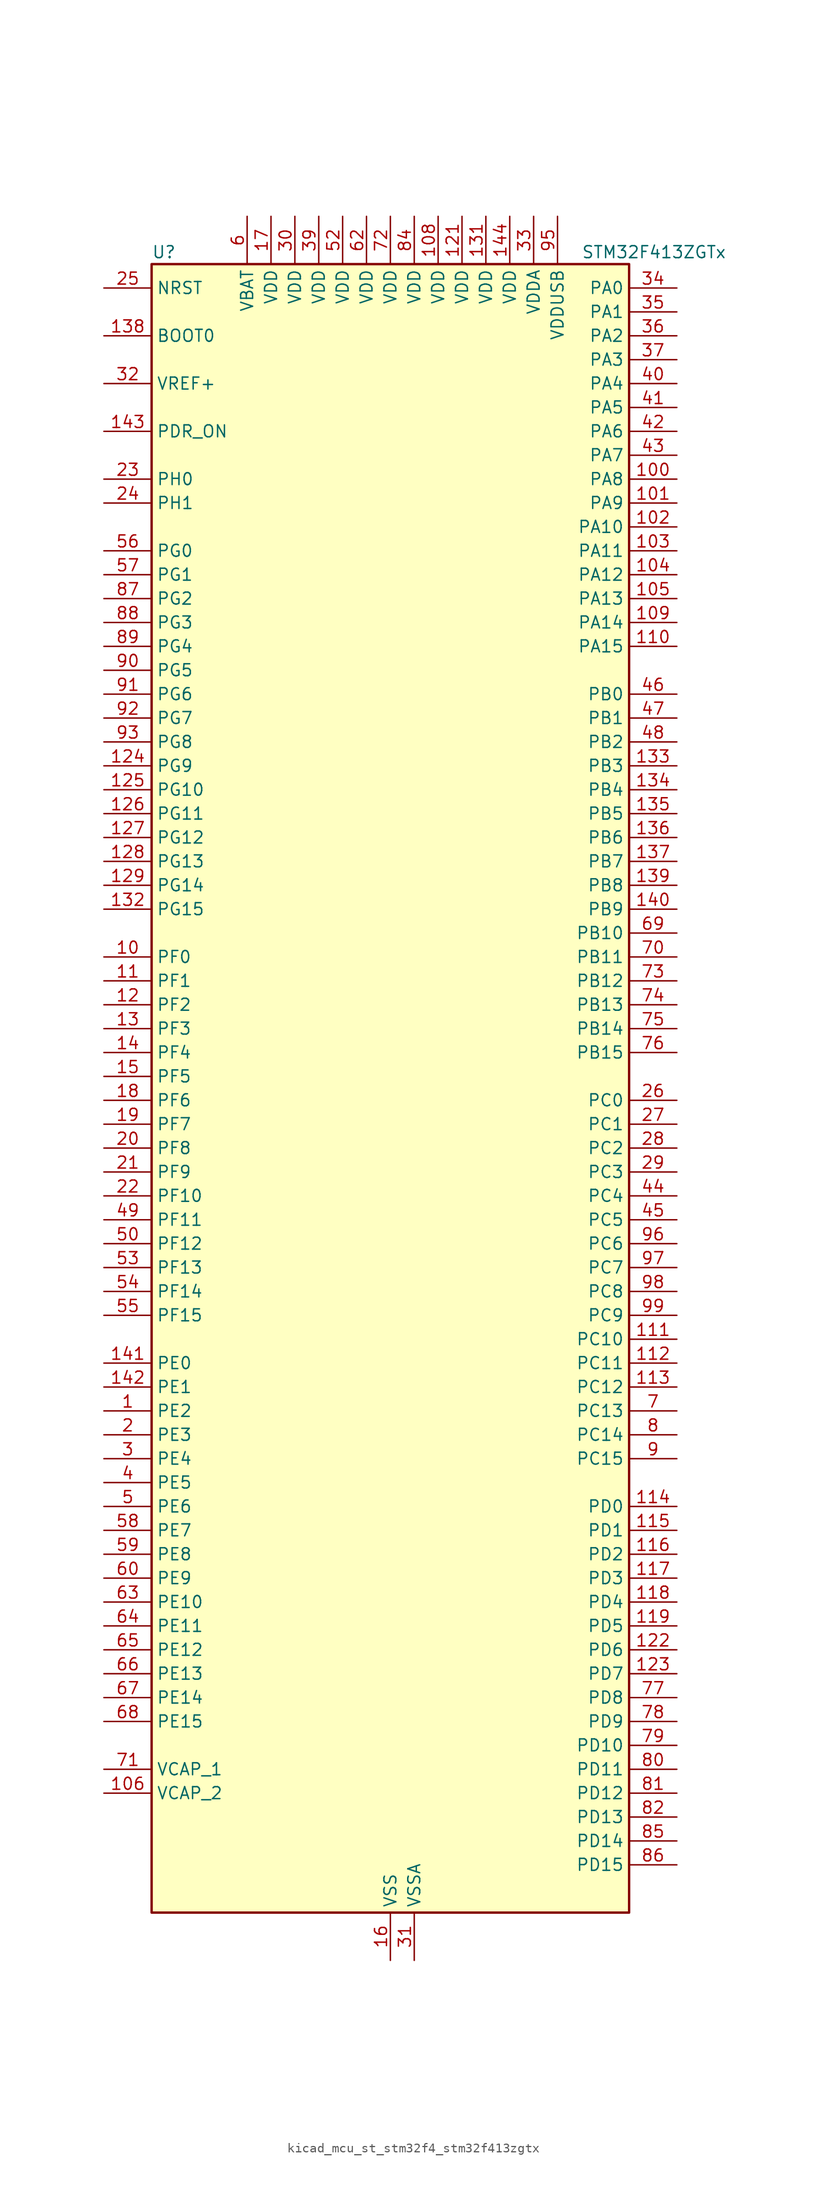
<source format=kicad_sym>
(kicad_symbol_lib
  (version 20220914)
  (generator kicad_symbol_editor)
  (symbol "kicad_mcu_st_stm32f4_stm32f413zgtx"
    (property "Reference" "U"
      (at -25.4 90.17 0)
      (effects (font (size 1.27 1.27)) (justify left)))
    (property "Value" "STM32F413ZGTx"
      (at 20.32 90.17 0)
      (effects (font (size 1.27 1.27)) (justify left)))
    (property "ki_locked" ""
      (at 0 0 0)
      (effects (font (size 1.27 1.27))))
    (symbol "kicad_mcu_st_stm32f4_stm32f413zgtx_0_1"
      (rectangle (start -25.4 -86.36) (end 25.4 88.9) (stroke (width 0.254) (type default)) (fill (type background))))
    (symbol "kicad_mcu_st_stm32f4_stm32f413zgtx_1_1"
      (pin bidirectional line (at -30.48 -33.02 0) (length 5.08) (name "PE2" (effects (font (size 1.27 1.27)))) (number "1" (effects (font (size 1.27 1.27)))) (alternate "FSMC_A23" bidirectional line) (alternate "I2S4_CK" bidirectional line) (alternate "I2S5_CK" bidirectional line) (alternate "QUADSPI_BK1_IO2" bidirectional line) (alternate "SAI1_MCLK_A" bidirectional line) (alternate "SPI4_SCK" bidirectional line) (alternate "SPI5_SCK" bidirectional line) (alternate "SYS_TRACECLK" bidirectional line) (alternate "UART10_RX" bidirectional line))
      (pin bidirectional line (at -30.48 15.24 0) (length 5.08) (name "PF0" (effects (font (size 1.27 1.27)))) (number "10" (effects (font (size 1.27 1.27)))) (alternate "FSMC_A0" bidirectional line) (alternate "I2C2_SDA" bidirectional line))
      (pin bidirectional line (at 30.48 66.04 180) (length 5.08) (name "PA8" (effects (font (size 1.27 1.27)))) (number "100" (effects (font (size 1.27 1.27)))) (alternate "CAN3_RX" bidirectional line) (alternate "DFSDM1_CKOUT" bidirectional line) (alternate "I2C3_SCL" bidirectional line) (alternate "RCC_MCO_1" bidirectional line) (alternate "SDIO_D1" bidirectional line) (alternate "TIM1_CH1" bidirectional line) (alternate "UART7_RX" bidirectional line) (alternate "USART1_CK" bidirectional line) (alternate "USB_OTG_FS_SOF" bidirectional line))
      (pin bidirectional line (at 30.48 63.5 180) (length 5.08) (name "PA9" (effects (font (size 1.27 1.27)))) (number "101" (effects (font (size 1.27 1.27)))) (alternate "DAC_EXTI9" bidirectional line) (alternate "DFSDM2_CKIN3" bidirectional line) (alternate "I2C3_SMBA" bidirectional line) (alternate "I2S2_CK" bidirectional line) (alternate "SDIO_D2" bidirectional line) (alternate "SPI2_SCK" bidirectional line) (alternate "TIM1_CH2" bidirectional line) (alternate "USART1_TX" bidirectional line) (alternate "USB_OTG_FS_VBUS" bidirectional line))
      (pin bidirectional line (at 30.48 60.96 180) (length 5.08) (name "PA10" (effects (font (size 1.27 1.27)))) (number "102" (effects (font (size 1.27 1.27)))) (alternate "DFSDM2_DATIN3" bidirectional line) (alternate "I2S2_SD" bidirectional line) (alternate "I2S5_SD" bidirectional line) (alternate "SPI2_MOSI" bidirectional line) (alternate "SPI5_MOSI" bidirectional line) (alternate "TIM1_CH3" bidirectional line) (alternate "USART1_RX" bidirectional line) (alternate "USB_OTG_FS_ID" bidirectional line))
      (pin bidirectional line (at 30.48 58.42 180) (length 5.08) (name "PA11" (effects (font (size 1.27 1.27)))) (number "103" (effects (font (size 1.27 1.27)))) (alternate "ADC1_EXTI11" bidirectional line) (alternate "CAN1_RX" bidirectional line) (alternate "DFSDM2_CKIN5" bidirectional line) (alternate "I2S2_WS" bidirectional line) (alternate "SPI2_NSS" bidirectional line) (alternate "SPI4_MISO" bidirectional line) (alternate "TIM1_CH4" bidirectional line) (alternate "UART4_RX" bidirectional line) (alternate "USART1_CTS" bidirectional line) (alternate "USART6_TX" bidirectional line) (alternate "USB_OTG_FS_DM" bidirectional line))
      (pin bidirectional line (at 30.48 55.88 180) (length 5.08) (name "PA12" (effects (font (size 1.27 1.27)))) (number "104" (effects (font (size 1.27 1.27)))) (alternate "CAN1_TX" bidirectional line) (alternate "DFSDM2_DATIN5" bidirectional line) (alternate "SPI2_MISO" bidirectional line) (alternate "SPI5_MISO" bidirectional line) (alternate "TIM1_ETR" bidirectional line) (alternate "UART4_TX" bidirectional line) (alternate "USART1_RTS" bidirectional line) (alternate "USART6_RX" bidirectional line) (alternate "USB_OTG_FS_DP" bidirectional line))
      (pin bidirectional line (at 30.48 53.34 180) (length 5.08) (name "PA13" (effects (font (size 1.27 1.27)))) (number "105" (effects (font (size 1.27 1.27)))) (alternate "SYS_JTMS-SWDIO" bidirectional line))
      (pin power_out line (at -30.48 -73.66 0) (length 5.08) (name "VCAP_2" (effects (font (size 1.27 1.27)))) (number "106" (effects (font (size 1.27 1.27)))))
      (pin passive line (at 0 -91.44 90) (length 5.08) hide (name "VSS" (effects (font (size 1.27 1.27)))) (number "107" (effects (font (size 1.27 1.27)))))
      (pin power_in line (at 5.08 93.98 270) (length 5.08) (name "VDD" (effects (font (size 1.27 1.27)))) (number "108" (effects (font (size 1.27 1.27)))))
      (pin bidirectional line (at 30.48 50.8 180) (length 5.08) (name "PA14" (effects (font (size 1.27 1.27)))) (number "109" (effects (font (size 1.27 1.27)))) (alternate "SYS_JTCK-SWCLK" bidirectional line))
      (pin bidirectional line (at -30.48 12.7 0) (length 5.08) (name "PF1" (effects (font (size 1.27 1.27)))) (number "11" (effects (font (size 1.27 1.27)))) (alternate "FSMC_A1" bidirectional line) (alternate "I2C2_SCL" bidirectional line))
      (pin bidirectional line (at 30.48 48.26 180) (length 5.08) (name "PA15" (effects (font (size 1.27 1.27)))) (number "110" (effects (font (size 1.27 1.27)))) (alternate "ADC1_EXTI15" bidirectional line) (alternate "CAN3_TX" bidirectional line) (alternate "I2S1_WS" bidirectional line) (alternate "I2S3_WS" bidirectional line) (alternate "SAI1_MCLK_A" bidirectional line) (alternate "SPI1_NSS" bidirectional line) (alternate "SPI3_NSS" bidirectional line) (alternate "SYS_JTDI" bidirectional line) (alternate "TIM2_CH1" bidirectional line) (alternate "TIM2_ETR" bidirectional line) (alternate "UART7_TX" bidirectional line) (alternate "USART1_TX" bidirectional line))
      (pin bidirectional line (at 30.48 -25.4 180) (length 5.08) (name "PC10" (effects (font (size 1.27 1.27)))) (number "111" (effects (font (size 1.27 1.27)))) (alternate "DFSDM2_CKIN5" bidirectional line) (alternate "I2S3_CK" bidirectional line) (alternate "QUADSPI_BK1_IO1" bidirectional line) (alternate "SDIO_D2" bidirectional line) (alternate "SPI3_SCK" bidirectional line) (alternate "USART3_TX" bidirectional line))
      (pin bidirectional line (at 30.48 -27.94 180) (length 5.08) (name "PC11" (effects (font (size 1.27 1.27)))) (number "112" (effects (font (size 1.27 1.27)))) (alternate "ADC1_EXTI11" bidirectional line) (alternate "DFSDM2_DATIN5" bidirectional line) (alternate "FSMC_D2" bidirectional line) (alternate "FSMC_DA2" bidirectional line) (alternate "I2S3_ext_SD" bidirectional line) (alternate "QUADSPI_BK2_NCS" bidirectional line) (alternate "SDIO_D3" bidirectional line) (alternate "SPI3_MISO" bidirectional line) (alternate "UART4_RX" bidirectional line) (alternate "USART3_RX" bidirectional line))
      (pin bidirectional line (at 30.48 -30.48 180) (length 5.08) (name "PC12" (effects (font (size 1.27 1.27)))) (number "113" (effects (font (size 1.27 1.27)))) (alternate "FSMC_D3" bidirectional line) (alternate "FSMC_DA3" bidirectional line) (alternate "I2S3_SD" bidirectional line) (alternate "SDIO_CK" bidirectional line) (alternate "SPI3_MOSI" bidirectional line) (alternate "UART5_TX" bidirectional line) (alternate "USART3_CK" bidirectional line))
      (pin bidirectional line (at 30.48 -43.18 180) (length 5.08) (name "PD0" (effects (font (size 1.27 1.27)))) (number "114" (effects (font (size 1.27 1.27)))) (alternate "CAN1_RX" bidirectional line) (alternate "DFSDM2_CKIN6" bidirectional line) (alternate "FSMC_D2" bidirectional line) (alternate "FSMC_DA2" bidirectional line) (alternate "UART4_RX" bidirectional line))
      (pin bidirectional line (at 30.48 -45.72 180) (length 5.08) (name "PD1" (effects (font (size 1.27 1.27)))) (number "115" (effects (font (size 1.27 1.27)))) (alternate "CAN1_TX" bidirectional line) (alternate "DFSDM2_DATIN6" bidirectional line) (alternate "FSMC_D3" bidirectional line) (alternate "FSMC_DA3" bidirectional line) (alternate "UART4_TX" bidirectional line))
      (pin bidirectional line (at 30.48 -48.26 180) (length 5.08) (name "PD2" (effects (font (size 1.27 1.27)))) (number "116" (effects (font (size 1.27 1.27)))) (alternate "DFSDM2_CKOUT" bidirectional line) (alternate "FSMC_NWE" bidirectional line) (alternate "SDIO_CMD" bidirectional line) (alternate "TIM3_ETR" bidirectional line) (alternate "UART5_RX" bidirectional line))
      (pin bidirectional line (at 30.48 -50.8 180) (length 5.08) (name "PD3" (effects (font (size 1.27 1.27)))) (number "117" (effects (font (size 1.27 1.27)))) (alternate "DFSDM1_DATIN0" bidirectional line) (alternate "FSMC_CLK" bidirectional line) (alternate "I2S2_CK" bidirectional line) (alternate "QUADSPI_CLK" bidirectional line) (alternate "SPI2_SCK" bidirectional line) (alternate "SYS_TRACED1" bidirectional line) (alternate "USART2_CTS" bidirectional line))
      (pin bidirectional line (at 30.48 -53.34 180) (length 5.08) (name "PD4" (effects (font (size 1.27 1.27)))) (number "118" (effects (font (size 1.27 1.27)))) (alternate "DFSDM1_CKIN0" bidirectional line) (alternate "FSMC_NOE" bidirectional line) (alternate "USART2_RTS" bidirectional line))
      (pin bidirectional line (at 30.48 -55.88 180) (length 5.08) (name "PD5" (effects (font (size 1.27 1.27)))) (number "119" (effects (font (size 1.27 1.27)))) (alternate "DFSDM2_CKOUT" bidirectional line) (alternate "FSMC_NWE" bidirectional line) (alternate "USART2_TX" bidirectional line))
      (pin bidirectional line (at -30.48 10.16 0) (length 5.08) (name "PF2" (effects (font (size 1.27 1.27)))) (number "12" (effects (font (size 1.27 1.27)))) (alternate "FSMC_A2" bidirectional line) (alternate "I2C2_SMBA" bidirectional line))
      (pin passive line (at 0 -91.44 90) (length 5.08) hide (name "VSS" (effects (font (size 1.27 1.27)))) (number "120" (effects (font (size 1.27 1.27)))))
      (pin power_in line (at 7.62 93.98 270) (length 5.08) (name "VDD" (effects (font (size 1.27 1.27)))) (number "121" (effects (font (size 1.27 1.27)))))
      (pin bidirectional line (at 30.48 -58.42 180) (length 5.08) (name "PD6" (effects (font (size 1.27 1.27)))) (number "122" (effects (font (size 1.27 1.27)))) (alternate "DFSDM1_DATIN1" bidirectional line) (alternate "FSMC_NWAIT" bidirectional line) (alternate "I2S3_SD" bidirectional line) (alternate "SPI3_MOSI" bidirectional line) (alternate "USART2_RX" bidirectional line))
      (pin bidirectional line (at 30.48 -60.96 180) (length 5.08) (name "PD7" (effects (font (size 1.27 1.27)))) (number "123" (effects (font (size 1.27 1.27)))) (alternate "DFSDM1_CKIN1" bidirectional line) (alternate "FSMC_NE1" bidirectional line) (alternate "USART2_CK" bidirectional line))
      (pin bidirectional line (at -30.48 35.56 0) (length 5.08) (name "PG9" (effects (font (size 1.27 1.27)))) (number "124" (effects (font (size 1.27 1.27)))) (alternate "DAC_EXTI9" bidirectional line) (alternate "FSMC_NE2" bidirectional line) (alternate "QUADSPI_BK2_IO2" bidirectional line) (alternate "USART6_RX" bidirectional line))
      (pin bidirectional line (at -30.48 33.02 0) (length 5.08) (name "PG10" (effects (font (size 1.27 1.27)))) (number "125" (effects (font (size 1.27 1.27)))) (alternate "FSMC_NE3" bidirectional line))
      (pin bidirectional line (at -30.48 30.48 0) (length 5.08) (name "PG11" (effects (font (size 1.27 1.27)))) (number "126" (effects (font (size 1.27 1.27)))) (alternate "ADC1_EXTI11" bidirectional line) (alternate "CAN2_RX" bidirectional line) (alternate "UART10_RX" bidirectional line))
      (pin bidirectional line (at -30.48 27.94 0) (length 5.08) (name "PG12" (effects (font (size 1.27 1.27)))) (number "127" (effects (font (size 1.27 1.27)))) (alternate "CAN2_TX" bidirectional line) (alternate "FSMC_NE4" bidirectional line) (alternate "UART10_TX" bidirectional line) (alternate "USART6_RTS" bidirectional line))
      (pin bidirectional line (at -30.48 25.4 0) (length 5.08) (name "PG13" (effects (font (size 1.27 1.27)))) (number "128" (effects (font (size 1.27 1.27)))) (alternate "FSMC_A24" bidirectional line) (alternate "SYS_TRACED2" bidirectional line) (alternate "USART6_CTS" bidirectional line))
      (pin bidirectional line (at -30.48 22.86 0) (length 5.08) (name "PG14" (effects (font (size 1.27 1.27)))) (number "129" (effects (font (size 1.27 1.27)))) (alternate "FSMC_A25" bidirectional line) (alternate "QUADSPI_BK2_IO3" bidirectional line) (alternate "SYS_TRACED3" bidirectional line) (alternate "USART6_TX" bidirectional line))
      (pin bidirectional line (at -30.48 7.62 0) (length 5.08) (name "PF3" (effects (font (size 1.27 1.27)))) (number "13" (effects (font (size 1.27 1.27)))) (alternate "FSMC_A3" bidirectional line) (alternate "TIM5_CH1" bidirectional line))
      (pin passive line (at 0 -91.44 90) (length 5.08) hide (name "VSS" (effects (font (size 1.27 1.27)))) (number "130" (effects (font (size 1.27 1.27)))))
      (pin power_in line (at 10.16 93.98 270) (length 5.08) (name "VDD" (effects (font (size 1.27 1.27)))) (number "131" (effects (font (size 1.27 1.27)))))
      (pin bidirectional line (at -30.48 20.32 0) (length 5.08) (name "PG15" (effects (font (size 1.27 1.27)))) (number "132" (effects (font (size 1.27 1.27)))) (alternate "ADC1_EXTI15" bidirectional line) (alternate "USART6_CTS" bidirectional line))
      (pin bidirectional line (at 30.48 35.56 180) (length 5.08) (name "PB3" (effects (font (size 1.27 1.27)))) (number "133" (effects (font (size 1.27 1.27)))) (alternate "CAN3_RX" bidirectional line) (alternate "FMPI2C1_SDA" bidirectional line) (alternate "I2C2_SDA" bidirectional line) (alternate "I2S1_CK" bidirectional line) (alternate "I2S3_CK" bidirectional line) (alternate "SAI1_SD_A" bidirectional line) (alternate "SPI1_SCK" bidirectional line) (alternate "SPI3_SCK" bidirectional line) (alternate "SYS_JTDO-SWO" bidirectional line) (alternate "TIM2_CH2" bidirectional line) (alternate "UART7_RX" bidirectional line) (alternate "USART1_RX" bidirectional line))
      (pin bidirectional line (at 30.48 33.02 180) (length 5.08) (name "PB4" (effects (font (size 1.27 1.27)))) (number "134" (effects (font (size 1.27 1.27)))) (alternate "CAN3_TX" bidirectional line) (alternate "I2C3_SDA" bidirectional line) (alternate "I2S3_ext_SD" bidirectional line) (alternate "SAI1_SCK_A" bidirectional line) (alternate "SDIO_D0" bidirectional line) (alternate "SPI1_MISO" bidirectional line) (alternate "SPI3_MISO" bidirectional line) (alternate "SYS_JTRST" bidirectional line) (alternate "TIM3_CH1" bidirectional line) (alternate "UART7_TX" bidirectional line))
      (pin bidirectional line (at 30.48 30.48 180) (length 5.08) (name "PB5" (effects (font (size 1.27 1.27)))) (number "135" (effects (font (size 1.27 1.27)))) (alternate "CAN2_RX" bidirectional line) (alternate "I2C1_SMBA" bidirectional line) (alternate "I2S1_SD" bidirectional line) (alternate "I2S3_SD" bidirectional line) (alternate "LPTIM1_IN1" bidirectional line) (alternate "SAI1_FS_A" bidirectional line) (alternate "SDIO_D3" bidirectional line) (alternate "SPI1_MOSI" bidirectional line) (alternate "SPI3_MOSI" bidirectional line) (alternate "TIM3_CH2" bidirectional line) (alternate "UART5_RX" bidirectional line))
      (pin bidirectional line (at 30.48 27.94 180) (length 5.08) (name "PB6" (effects (font (size 1.27 1.27)))) (number "136" (effects (font (size 1.27 1.27)))) (alternate "CAN2_TX" bidirectional line) (alternate "DFSDM2_CKIN7" bidirectional line) (alternate "I2C1_SCL" bidirectional line) (alternate "LPTIM1_ETR" bidirectional line) (alternate "QUADSPI_BK1_NCS" bidirectional line) (alternate "SDIO_D0" bidirectional line) (alternate "TIM4_CH1" bidirectional line) (alternate "UART5_TX" bidirectional line) (alternate "USART1_TX" bidirectional line))
      (pin bidirectional line (at 30.48 25.4 180) (length 5.08) (name "PB7" (effects (font (size 1.27 1.27)))) (number "137" (effects (font (size 1.27 1.27)))) (alternate "DFSDM2_DATIN7" bidirectional line) (alternate "FSMC_NL" bidirectional line) (alternate "I2C1_SDA" bidirectional line) (alternate "LPTIM1_IN2" bidirectional line) (alternate "TIM4_CH2" bidirectional line) (alternate "USART1_RX" bidirectional line))
      (pin input line (at -30.48 81.28 0) (length 5.08) (name "BOOT0" (effects (font (size 1.27 1.27)))) (number "138" (effects (font (size 1.27 1.27)))))
      (pin bidirectional line (at 30.48 22.86 180) (length 5.08) (name "PB8" (effects (font (size 1.27 1.27)))) (number "139" (effects (font (size 1.27 1.27)))) (alternate "CAN1_RX" bidirectional line) (alternate "DFSDM2_CKIN1" bidirectional line) (alternate "I2C1_SCL" bidirectional line) (alternate "I2C3_SDA" bidirectional line) (alternate "I2S5_SD" bidirectional line) (alternate "LPTIM1_OUT" bidirectional line) (alternate "SDIO_D4" bidirectional line) (alternate "SPI5_MOSI" bidirectional line) (alternate "TIM10_CH1" bidirectional line) (alternate "TIM4_CH3" bidirectional line) (alternate "UART5_RX" bidirectional line))
      (pin bidirectional line (at -30.48 5.08 0) (length 5.08) (name "PF4" (effects (font (size 1.27 1.27)))) (number "14" (effects (font (size 1.27 1.27)))) (alternate "FSMC_A4" bidirectional line) (alternate "TIM5_CH2" bidirectional line))
      (pin bidirectional line (at 30.48 20.32 180) (length 5.08) (name "PB9" (effects (font (size 1.27 1.27)))) (number "140" (effects (font (size 1.27 1.27)))) (alternate "CAN1_TX" bidirectional line) (alternate "DAC_EXTI9" bidirectional line) (alternate "DFSDM2_DATIN1" bidirectional line) (alternate "I2C1_SDA" bidirectional line) (alternate "I2C2_SDA" bidirectional line) (alternate "I2S2_WS" bidirectional line) (alternate "SDIO_D5" bidirectional line) (alternate "SPI2_NSS" bidirectional line) (alternate "TIM11_CH1" bidirectional line) (alternate "TIM4_CH4" bidirectional line) (alternate "UART5_TX" bidirectional line))
      (pin bidirectional line (at -30.48 -27.94 0) (length 5.08) (name "PE0" (effects (font (size 1.27 1.27)))) (number "141" (effects (font (size 1.27 1.27)))) (alternate "DFSDM2_CKIN4" bidirectional line) (alternate "FSMC_NBL0" bidirectional line) (alternate "TIM4_ETR" bidirectional line) (alternate "UART8_RX" bidirectional line))
      (pin bidirectional line (at -30.48 -30.48 0) (length 5.08) (name "PE1" (effects (font (size 1.27 1.27)))) (number "142" (effects (font (size 1.27 1.27)))) (alternate "DFSDM2_DATIN4" bidirectional line) (alternate "FSMC_NBL1" bidirectional line) (alternate "UART8_TX" bidirectional line))
      (pin input line (at -30.48 71.12 0) (length 5.08) (name "PDR_ON" (effects (font (size 1.27 1.27)))) (number "143" (effects (font (size 1.27 1.27)))))
      (pin power_in line (at 12.7 93.98 270) (length 5.08) (name "VDD" (effects (font (size 1.27 1.27)))) (number "144" (effects (font (size 1.27 1.27)))))
      (pin bidirectional line (at -30.48 2.54 0) (length 5.08) (name "PF5" (effects (font (size 1.27 1.27)))) (number "15" (effects (font (size 1.27 1.27)))) (alternate "FSMC_A5" bidirectional line) (alternate "TIM5_CH3" bidirectional line))
      (pin power_in line (at 0 -91.44 90) (length 5.08) (name "VSS" (effects (font (size 1.27 1.27)))) (number "16" (effects (font (size 1.27 1.27)))))
      (pin power_in line (at -12.7 93.98 270) (length 5.08) (name "VDD" (effects (font (size 1.27 1.27)))) (number "17" (effects (font (size 1.27 1.27)))))
      (pin bidirectional line (at -30.48 0 0) (length 5.08) (name "PF6" (effects (font (size 1.27 1.27)))) (number "18" (effects (font (size 1.27 1.27)))) (alternate "QUADSPI_BK1_IO3" bidirectional line) (alternate "SAI1_SD_B" bidirectional line) (alternate "SYS_TRACED0" bidirectional line) (alternate "TIM10_CH1" bidirectional line) (alternate "UART7_RX" bidirectional line))
      (pin bidirectional line (at -30.48 -2.54 0) (length 5.08) (name "PF7" (effects (font (size 1.27 1.27)))) (number "19" (effects (font (size 1.27 1.27)))) (alternate "QUADSPI_BK1_IO2" bidirectional line) (alternate "SAI1_MCLK_B" bidirectional line) (alternate "SYS_TRACED1" bidirectional line) (alternate "TIM11_CH1" bidirectional line) (alternate "UART7_TX" bidirectional line))
      (pin bidirectional line (at -30.48 -35.56 0) (length 5.08) (name "PE3" (effects (font (size 1.27 1.27)))) (number "2" (effects (font (size 1.27 1.27)))) (alternate "FSMC_A19" bidirectional line) (alternate "SAI1_SD_B" bidirectional line) (alternate "SYS_TRACED0" bidirectional line) (alternate "UART10_TX" bidirectional line))
      (pin bidirectional line (at -30.48 -5.08 0) (length 5.08) (name "PF8" (effects (font (size 1.27 1.27)))) (number "20" (effects (font (size 1.27 1.27)))) (alternate "QUADSPI_BK1_IO0" bidirectional line) (alternate "SAI1_SCK_B" bidirectional line) (alternate "TIM13_CH1" bidirectional line) (alternate "UART8_RX" bidirectional line))
      (pin bidirectional line (at -30.48 -7.62 0) (length 5.08) (name "PF9" (effects (font (size 1.27 1.27)))) (number "21" (effects (font (size 1.27 1.27)))) (alternate "DAC_EXTI9" bidirectional line) (alternate "QUADSPI_BK1_IO1" bidirectional line) (alternate "SAI1_FS_B" bidirectional line) (alternate "TIM14_CH1" bidirectional line) (alternate "UART8_TX" bidirectional line))
      (pin bidirectional line (at -30.48 -10.16 0) (length 5.08) (name "PF10" (effects (font (size 1.27 1.27)))) (number "22" (effects (font (size 1.27 1.27)))) (alternate "TIM1_ETR" bidirectional line) (alternate "TIM5_CH4" bidirectional line))
      (pin bidirectional line (at -30.48 66.04 0) (length 5.08) (name "PH0" (effects (font (size 1.27 1.27)))) (number "23" (effects (font (size 1.27 1.27)))) (alternate "RCC_OSC_IN" bidirectional line))
      (pin bidirectional line (at -30.48 63.5 0) (length 5.08) (name "PH1" (effects (font (size 1.27 1.27)))) (number "24" (effects (font (size 1.27 1.27)))) (alternate "RCC_OSC_OUT" bidirectional line))
      (pin input line (at -30.48 86.36 0) (length 5.08) (name "NRST" (effects (font (size 1.27 1.27)))) (number "25" (effects (font (size 1.27 1.27)))))
      (pin bidirectional line (at 30.48 0 180) (length 5.08) (name "PC0" (effects (font (size 1.27 1.27)))) (number "26" (effects (font (size 1.27 1.27)))) (alternate "ADC1_IN10" bidirectional line) (alternate "DFSDM2_CKIN4" bidirectional line) (alternate "LPTIM1_IN1" bidirectional line) (alternate "SAI1_MCLK_B" bidirectional line) (alternate "SYS_WKUP2" bidirectional line))
      (pin bidirectional line (at 30.48 -2.54 180) (length 5.08) (name "PC1" (effects (font (size 1.27 1.27)))) (number "27" (effects (font (size 1.27 1.27)))) (alternate "ADC1_IN11" bidirectional line) (alternate "DFSDM2_DATIN4" bidirectional line) (alternate "LPTIM1_OUT" bidirectional line) (alternate "SAI1_SD_B" bidirectional line) (alternate "SYS_WKUP3" bidirectional line))
      (pin bidirectional line (at 30.48 -5.08 180) (length 5.08) (name "PC2" (effects (font (size 1.27 1.27)))) (number "28" (effects (font (size 1.27 1.27)))) (alternate "ADC1_IN12" bidirectional line) (alternate "DFSDM1_CKOUT" bidirectional line) (alternate "DFSDM2_DATIN7" bidirectional line) (alternate "FSMC_NWE" bidirectional line) (alternate "I2S2_ext_SD" bidirectional line) (alternate "LPTIM1_IN2" bidirectional line) (alternate "SAI1_SCK_B" bidirectional line) (alternate "SPI2_MISO" bidirectional line))
      (pin bidirectional line (at 30.48 -7.62 180) (length 5.08) (name "PC3" (effects (font (size 1.27 1.27)))) (number "29" (effects (font (size 1.27 1.27)))) (alternate "ADC1_IN13" bidirectional line) (alternate "DFSDM2_CKIN7" bidirectional line) (alternate "FSMC_A0" bidirectional line) (alternate "I2S2_SD" bidirectional line) (alternate "LPTIM1_ETR" bidirectional line) (alternate "SAI1_FS_B" bidirectional line) (alternate "SPI2_MOSI" bidirectional line))
      (pin bidirectional line (at -30.48 -38.1 0) (length 5.08) (name "PE4" (effects (font (size 1.27 1.27)))) (number "3" (effects (font (size 1.27 1.27)))) (alternate "DFSDM1_DATIN3" bidirectional line) (alternate "FSMC_A20" bidirectional line) (alternate "I2S4_WS" bidirectional line) (alternate "I2S5_WS" bidirectional line) (alternate "SAI1_SD_A" bidirectional line) (alternate "SPI4_NSS" bidirectional line) (alternate "SPI5_NSS" bidirectional line) (alternate "SYS_TRACED1" bidirectional line))
      (pin power_in line (at -10.16 93.98 270) (length 5.08) (name "VDD" (effects (font (size 1.27 1.27)))) (number "30" (effects (font (size 1.27 1.27)))))
      (pin power_in line (at 2.54 -91.44 90) (length 5.08) (name "VSSA" (effects (font (size 1.27 1.27)))) (number "31" (effects (font (size 1.27 1.27)))))
      (pin input line (at -30.48 76.2 0) (length 5.08) (name "VREF+" (effects (font (size 1.27 1.27)))) (number "32" (effects (font (size 1.27 1.27)))))
      (pin power_in line (at 15.24 93.98 270) (length 5.08) (name "VDDA" (effects (font (size 1.27 1.27)))) (number "33" (effects (font (size 1.27 1.27)))))
      (pin bidirectional line (at 30.48 86.36 180) (length 5.08) (name "PA0" (effects (font (size 1.27 1.27)))) (number "34" (effects (font (size 1.27 1.27)))) (alternate "ADC1_IN0" bidirectional line) (alternate "SYS_WKUP1" bidirectional line) (alternate "TIM2_CH1" bidirectional line) (alternate "TIM2_ETR" bidirectional line) (alternate "TIM5_CH1" bidirectional line) (alternate "TIM8_ETR" bidirectional line) (alternate "UART4_TX" bidirectional line) (alternate "USART2_CTS" bidirectional line))
      (pin bidirectional line (at 30.48 83.82 180) (length 5.08) (name "PA1" (effects (font (size 1.27 1.27)))) (number "35" (effects (font (size 1.27 1.27)))) (alternate "ADC1_IN1" bidirectional line) (alternate "I2S4_SD" bidirectional line) (alternate "QUADSPI_BK1_IO3" bidirectional line) (alternate "SPI4_MOSI" bidirectional line) (alternate "TIM2_CH2" bidirectional line) (alternate "TIM5_CH2" bidirectional line) (alternate "UART4_RX" bidirectional line) (alternate "USART2_RTS" bidirectional line))
      (pin bidirectional line (at 30.48 81.28 180) (length 5.08) (name "PA2" (effects (font (size 1.27 1.27)))) (number "36" (effects (font (size 1.27 1.27)))) (alternate "ADC1_IN2" bidirectional line) (alternate "FSMC_D4" bidirectional line) (alternate "FSMC_DA4" bidirectional line) (alternate "I2S_CKIN" bidirectional line) (alternate "TIM2_CH3" bidirectional line) (alternate "TIM5_CH3" bidirectional line) (alternate "TIM9_CH1" bidirectional line) (alternate "USART2_TX" bidirectional line))
      (pin bidirectional line (at 30.48 78.74 180) (length 5.08) (name "PA3" (effects (font (size 1.27 1.27)))) (number "37" (effects (font (size 1.27 1.27)))) (alternate "ADC1_IN3" bidirectional line) (alternate "FSMC_D5" bidirectional line) (alternate "FSMC_DA5" bidirectional line) (alternate "I2S2_MCK" bidirectional line) (alternate "SAI1_SD_B" bidirectional line) (alternate "TIM2_CH4" bidirectional line) (alternate "TIM5_CH4" bidirectional line) (alternate "TIM9_CH2" bidirectional line) (alternate "USART2_RX" bidirectional line))
      (pin passive line (at 0 -91.44 90) (length 5.08) hide (name "VSS" (effects (font (size 1.27 1.27)))) (number "38" (effects (font (size 1.27 1.27)))))
      (pin power_in line (at -7.62 93.98 270) (length 5.08) (name "VDD" (effects (font (size 1.27 1.27)))) (number "39" (effects (font (size 1.27 1.27)))))
      (pin bidirectional line (at -30.48 -40.64 0) (length 5.08) (name "PE5" (effects (font (size 1.27 1.27)))) (number "4" (effects (font (size 1.27 1.27)))) (alternate "DFSDM1_CKIN3" bidirectional line) (alternate "FSMC_A21" bidirectional line) (alternate "SAI1_SCK_A" bidirectional line) (alternate "SPI4_MISO" bidirectional line) (alternate "SPI5_MISO" bidirectional line) (alternate "SYS_TRACED2" bidirectional line) (alternate "TIM9_CH1" bidirectional line))
      (pin bidirectional line (at 30.48 76.2 180) (length 5.08) (name "PA4" (effects (font (size 1.27 1.27)))) (number "40" (effects (font (size 1.27 1.27)))) (alternate "ADC1_IN4" bidirectional line) (alternate "DAC_OUT1" bidirectional line) (alternate "DFSDM1_DATIN1" bidirectional line) (alternate "FSMC_D6" bidirectional line) (alternate "FSMC_DA6" bidirectional line) (alternate "I2S1_WS" bidirectional line) (alternate "I2S3_WS" bidirectional line) (alternate "SPI1_NSS" bidirectional line) (alternate "SPI3_NSS" bidirectional line) (alternate "USART2_CK" bidirectional line))
      (pin bidirectional line (at 30.48 73.66 180) (length 5.08) (name "PA5" (effects (font (size 1.27 1.27)))) (number "41" (effects (font (size 1.27 1.27)))) (alternate "ADC1_IN5" bidirectional line) (alternate "DAC_OUT2" bidirectional line) (alternate "DFSDM1_CKIN1" bidirectional line) (alternate "FSMC_D7" bidirectional line) (alternate "FSMC_DA7" bidirectional line) (alternate "I2S1_CK" bidirectional line) (alternate "SPI1_SCK" bidirectional line) (alternate "TIM2_CH1" bidirectional line) (alternate "TIM2_ETR" bidirectional line) (alternate "TIM8_CH1N" bidirectional line))
      (pin bidirectional line (at 30.48 71.12 180) (length 5.08) (name "PA6" (effects (font (size 1.27 1.27)))) (number "42" (effects (font (size 1.27 1.27)))) (alternate "ADC1_IN6" bidirectional line) (alternate "DFSDM2_CKIN1" bidirectional line) (alternate "I2S2_MCK" bidirectional line) (alternate "QUADSPI_BK2_IO0" bidirectional line) (alternate "SDIO_CMD" bidirectional line) (alternate "SPI1_MISO" bidirectional line) (alternate "TIM13_CH1" bidirectional line) (alternate "TIM1_BKIN" bidirectional line) (alternate "TIM3_CH1" bidirectional line) (alternate "TIM8_BKIN" bidirectional line))
      (pin bidirectional line (at 30.48 68.58 180) (length 5.08) (name "PA7" (effects (font (size 1.27 1.27)))) (number "43" (effects (font (size 1.27 1.27)))) (alternate "ADC1_IN7" bidirectional line) (alternate "DFSDM2_DATIN1" bidirectional line) (alternate "I2S1_SD" bidirectional line) (alternate "QUADSPI_BK2_IO1" bidirectional line) (alternate "SPI1_MOSI" bidirectional line) (alternate "TIM14_CH1" bidirectional line) (alternate "TIM1_CH1N" bidirectional line) (alternate "TIM3_CH2" bidirectional line) (alternate "TIM8_CH1N" bidirectional line))
      (pin bidirectional line (at 30.48 -10.16 180) (length 5.08) (name "PC4" (effects (font (size 1.27 1.27)))) (number "44" (effects (font (size 1.27 1.27)))) (alternate "ADC1_IN14" bidirectional line) (alternate "DFSDM2_CKIN2" bidirectional line) (alternate "FSMC_NE4" bidirectional line) (alternate "I2S1_MCK" bidirectional line) (alternate "QUADSPI_BK2_IO2" bidirectional line))
      (pin bidirectional line (at 30.48 -12.7 180) (length 5.08) (name "PC5" (effects (font (size 1.27 1.27)))) (number "45" (effects (font (size 1.27 1.27)))) (alternate "ADC1_IN15" bidirectional line) (alternate "DFSDM2_DATIN2" bidirectional line) (alternate "FMPI2C1_SMBA" bidirectional line) (alternate "FSMC_NOE" bidirectional line) (alternate "QUADSPI_BK2_IO3" bidirectional line) (alternate "USART3_RX" bidirectional line))
      (pin bidirectional line (at 30.48 43.18 180) (length 5.08) (name "PB0" (effects (font (size 1.27 1.27)))) (number "46" (effects (font (size 1.27 1.27)))) (alternate "ADC1_IN8" bidirectional line) (alternate "I2S5_CK" bidirectional line) (alternate "SPI5_SCK" bidirectional line) (alternate "TIM1_CH2N" bidirectional line) (alternate "TIM3_CH3" bidirectional line) (alternate "TIM8_CH2N" bidirectional line))
      (pin bidirectional line (at 30.48 40.64 180) (length 5.08) (name "PB1" (effects (font (size 1.27 1.27)))) (number "47" (effects (font (size 1.27 1.27)))) (alternate "ADC1_IN9" bidirectional line) (alternate "DFSDM1_DATIN0" bidirectional line) (alternate "I2S5_WS" bidirectional line) (alternate "QUADSPI_CLK" bidirectional line) (alternate "SPI5_NSS" bidirectional line) (alternate "TIM1_CH3N" bidirectional line) (alternate "TIM3_CH4" bidirectional line) (alternate "TIM8_CH3N" bidirectional line))
      (pin bidirectional line (at 30.48 38.1 180) (length 5.08) (name "PB2" (effects (font (size 1.27 1.27)))) (number "48" (effects (font (size 1.27 1.27)))) (alternate "DFSDM1_CKIN0" bidirectional line) (alternate "LPTIM1_OUT" bidirectional line) (alternate "QUADSPI_CLK" bidirectional line))
      (pin bidirectional line (at -30.48 -12.7 0) (length 5.08) (name "PF11" (effects (font (size 1.27 1.27)))) (number "49" (effects (font (size 1.27 1.27)))) (alternate "ADC1_EXTI11" bidirectional line) (alternate "TIM8_ETR" bidirectional line))
      (pin bidirectional line (at -30.48 -43.18 0) (length 5.08) (name "PE6" (effects (font (size 1.27 1.27)))) (number "5" (effects (font (size 1.27 1.27)))) (alternate "FSMC_A22" bidirectional line) (alternate "I2S4_SD" bidirectional line) (alternate "I2S5_SD" bidirectional line) (alternate "SAI1_FS_A" bidirectional line) (alternate "SPI4_MOSI" bidirectional line) (alternate "SPI5_MOSI" bidirectional line) (alternate "SYS_TRACED3" bidirectional line) (alternate "TIM9_CH2" bidirectional line))
      (pin bidirectional line (at -30.48 -15.24 0) (length 5.08) (name "PF12" (effects (font (size 1.27 1.27)))) (number "50" (effects (font (size 1.27 1.27)))) (alternate "FSMC_A6" bidirectional line) (alternate "TIM8_BKIN" bidirectional line))
      (pin passive line (at 0 -91.44 90) (length 5.08) hide (name "VSS" (effects (font (size 1.27 1.27)))) (number "51" (effects (font (size 1.27 1.27)))))
      (pin power_in line (at -5.08 93.98 270) (length 5.08) (name "VDD" (effects (font (size 1.27 1.27)))) (number "52" (effects (font (size 1.27 1.27)))))
      (pin bidirectional line (at -30.48 -17.78 0) (length 5.08) (name "PF13" (effects (font (size 1.27 1.27)))) (number "53" (effects (font (size 1.27 1.27)))) (alternate "FMPI2C1_SMBA" bidirectional line) (alternate "FSMC_A7" bidirectional line))
      (pin bidirectional line (at -30.48 -20.32 0) (length 5.08) (name "PF14" (effects (font (size 1.27 1.27)))) (number "54" (effects (font (size 1.27 1.27)))) (alternate "FMPI2C1_SCL" bidirectional line) (alternate "FSMC_A8" bidirectional line))
      (pin bidirectional line (at -30.48 -22.86 0) (length 5.08) (name "PF15" (effects (font (size 1.27 1.27)))) (number "55" (effects (font (size 1.27 1.27)))) (alternate "ADC1_EXTI15" bidirectional line) (alternate "FMPI2C1_SDA" bidirectional line) (alternate "FSMC_A9" bidirectional line))
      (pin bidirectional line (at -30.48 58.42 0) (length 5.08) (name "PG0" (effects (font (size 1.27 1.27)))) (number "56" (effects (font (size 1.27 1.27)))) (alternate "CAN1_RX" bidirectional line) (alternate "FSMC_A10" bidirectional line) (alternate "UART9_RX" bidirectional line))
      (pin bidirectional line (at -30.48 55.88 0) (length 5.08) (name "PG1" (effects (font (size 1.27 1.27)))) (number "57" (effects (font (size 1.27 1.27)))) (alternate "CAN1_TX" bidirectional line) (alternate "FSMC_A11" bidirectional line) (alternate "UART9_TX" bidirectional line))
      (pin bidirectional line (at -30.48 -45.72 0) (length 5.08) (name "PE7" (effects (font (size 1.27 1.27)))) (number "58" (effects (font (size 1.27 1.27)))) (alternate "DFSDM1_DATIN2" bidirectional line) (alternate "FSMC_D4" bidirectional line) (alternate "FSMC_DA4" bidirectional line) (alternate "QUADSPI_BK2_IO0" bidirectional line) (alternate "TIM1_ETR" bidirectional line) (alternate "UART7_RX" bidirectional line))
      (pin bidirectional line (at -30.48 -48.26 0) (length 5.08) (name "PE8" (effects (font (size 1.27 1.27)))) (number "59" (effects (font (size 1.27 1.27)))) (alternate "DFSDM1_CKIN2" bidirectional line) (alternate "FSMC_D5" bidirectional line) (alternate "FSMC_DA5" bidirectional line) (alternate "QUADSPI_BK2_IO1" bidirectional line) (alternate "TIM1_CH1N" bidirectional line) (alternate "UART7_TX" bidirectional line))
      (pin power_in line (at -15.24 93.98 270) (length 5.08) (name "VBAT" (effects (font (size 1.27 1.27)))) (number "6" (effects (font (size 1.27 1.27)))))
      (pin bidirectional line (at -30.48 -50.8 0) (length 5.08) (name "PE9" (effects (font (size 1.27 1.27)))) (number "60" (effects (font (size 1.27 1.27)))) (alternate "DAC_EXTI9" bidirectional line) (alternate "DFSDM1_CKOUT" bidirectional line) (alternate "FSMC_D6" bidirectional line) (alternate "FSMC_DA6" bidirectional line) (alternate "QUADSPI_BK2_IO2" bidirectional line) (alternate "TIM1_CH1" bidirectional line))
      (pin passive line (at 0 -91.44 90) (length 5.08) hide (name "VSS" (effects (font (size 1.27 1.27)))) (number "61" (effects (font (size 1.27 1.27)))))
      (pin power_in line (at -2.54 93.98 270) (length 5.08) (name "VDD" (effects (font (size 1.27 1.27)))) (number "62" (effects (font (size 1.27 1.27)))))
      (pin bidirectional line (at -30.48 -53.34 0) (length 5.08) (name "PE10" (effects (font (size 1.27 1.27)))) (number "63" (effects (font (size 1.27 1.27)))) (alternate "DFSDM2_DATIN0" bidirectional line) (alternate "FSMC_D7" bidirectional line) (alternate "FSMC_DA7" bidirectional line) (alternate "QUADSPI_BK2_IO3" bidirectional line) (alternate "TIM1_CH2N" bidirectional line))
      (pin bidirectional line (at -30.48 -55.88 0) (length 5.08) (name "PE11" (effects (font (size 1.27 1.27)))) (number "64" (effects (font (size 1.27 1.27)))) (alternate "ADC1_EXTI11" bidirectional line) (alternate "DFSDM2_CKIN0" bidirectional line) (alternate "FSMC_D8" bidirectional line) (alternate "FSMC_DA8" bidirectional line) (alternate "I2S4_WS" bidirectional line) (alternate "I2S5_WS" bidirectional line) (alternate "SPI4_NSS" bidirectional line) (alternate "SPI5_NSS" bidirectional line) (alternate "TIM1_CH2" bidirectional line))
      (pin bidirectional line (at -30.48 -58.42 0) (length 5.08) (name "PE12" (effects (font (size 1.27 1.27)))) (number "65" (effects (font (size 1.27 1.27)))) (alternate "DFSDM2_DATIN7" bidirectional line) (alternate "FSMC_D9" bidirectional line) (alternate "FSMC_DA9" bidirectional line) (alternate "I2S4_CK" bidirectional line) (alternate "I2S5_CK" bidirectional line) (alternate "SPI4_SCK" bidirectional line) (alternate "SPI5_SCK" bidirectional line) (alternate "TIM1_CH3N" bidirectional line))
      (pin bidirectional line (at -30.48 -60.96 0) (length 5.08) (name "PE13" (effects (font (size 1.27 1.27)))) (number "66" (effects (font (size 1.27 1.27)))) (alternate "DFSDM2_CKIN7" bidirectional line) (alternate "FSMC_D10" bidirectional line) (alternate "FSMC_DA10" bidirectional line) (alternate "SPI4_MISO" bidirectional line) (alternate "SPI5_MISO" bidirectional line) (alternate "TIM1_CH3" bidirectional line))
      (pin bidirectional line (at -30.48 -63.5 0) (length 5.08) (name "PE14" (effects (font (size 1.27 1.27)))) (number "67" (effects (font (size 1.27 1.27)))) (alternate "DFSDM2_DATIN1" bidirectional line) (alternate "FSMC_D11" bidirectional line) (alternate "FSMC_DA11" bidirectional line) (alternate "I2S4_SD" bidirectional line) (alternate "I2S5_SD" bidirectional line) (alternate "SPI4_MOSI" bidirectional line) (alternate "SPI5_MOSI" bidirectional line) (alternate "TIM1_CH4" bidirectional line))
      (pin bidirectional line (at -30.48 -66.04 0) (length 5.08) (name "PE15" (effects (font (size 1.27 1.27)))) (number "68" (effects (font (size 1.27 1.27)))) (alternate "ADC1_EXTI15" bidirectional line) (alternate "DFSDM2_CKIN1" bidirectional line) (alternate "FSMC_D12" bidirectional line) (alternate "FSMC_DA12" bidirectional line) (alternate "TIM1_BKIN" bidirectional line))
      (pin bidirectional line (at 30.48 17.78 180) (length 5.08) (name "PB10" (effects (font (size 1.27 1.27)))) (number "69" (effects (font (size 1.27 1.27)))) (alternate "DFSDM2_CKOUT" bidirectional line) (alternate "FMPI2C1_SCL" bidirectional line) (alternate "I2C2_SCL" bidirectional line) (alternate "I2S2_CK" bidirectional line) (alternate "I2S3_MCK" bidirectional line) (alternate "SDIO_D7" bidirectional line) (alternate "SPI2_SCK" bidirectional line) (alternate "TIM2_CH3" bidirectional line) (alternate "USART3_TX" bidirectional line))
      (pin bidirectional line (at 30.48 -33.02 180) (length 5.08) (name "PC13" (effects (font (size 1.27 1.27)))) (number "7" (effects (font (size 1.27 1.27)))) (alternate "RTC_AF1" bidirectional line))
      (pin bidirectional line (at 30.48 15.24 180) (length 5.08) (name "PB11" (effects (font (size 1.27 1.27)))) (number "70" (effects (font (size 1.27 1.27)))) (alternate "ADC1_EXTI11" bidirectional line) (alternate "I2C2_SDA" bidirectional line) (alternate "I2S_CKIN" bidirectional line) (alternate "TIM2_CH4" bidirectional line) (alternate "USART3_RX" bidirectional line))
      (pin power_out line (at -30.48 -71.12 0) (length 5.08) (name "VCAP_1" (effects (font (size 1.27 1.27)))) (number "71" (effects (font (size 1.27 1.27)))))
      (pin power_in line (at 0 93.98 270) (length 5.08) (name "VDD" (effects (font (size 1.27 1.27)))) (number "72" (effects (font (size 1.27 1.27)))))
      (pin bidirectional line (at 30.48 12.7 180) (length 5.08) (name "PB12" (effects (font (size 1.27 1.27)))) (number "73" (effects (font (size 1.27 1.27)))) (alternate "CAN2_RX" bidirectional line) (alternate "DFSDM1_DATIN1" bidirectional line) (alternate "FSMC_D13" bidirectional line) (alternate "FSMC_DA13" bidirectional line) (alternate "I2C2_SMBA" bidirectional line) (alternate "I2S2_WS" bidirectional line) (alternate "I2S3_CK" bidirectional line) (alternate "I2S4_WS" bidirectional line) (alternate "SPI2_NSS" bidirectional line) (alternate "SPI3_SCK" bidirectional line) (alternate "SPI4_NSS" bidirectional line) (alternate "TIM1_BKIN" bidirectional line) (alternate "UART5_RX" bidirectional line) (alternate "USART3_CK" bidirectional line))
      (pin bidirectional line (at 30.48 10.16 180) (length 5.08) (name "PB13" (effects (font (size 1.27 1.27)))) (number "74" (effects (font (size 1.27 1.27)))) (alternate "CAN2_TX" bidirectional line) (alternate "DFSDM1_CKIN1" bidirectional line) (alternate "FMPI2C1_SMBA" bidirectional line) (alternate "I2S2_CK" bidirectional line) (alternate "I2S4_CK" bidirectional line) (alternate "SPI2_SCK" bidirectional line) (alternate "SPI4_SCK" bidirectional line) (alternate "TIM1_CH1N" bidirectional line) (alternate "UART5_TX" bidirectional line) (alternate "USART3_CTS" bidirectional line))
      (pin bidirectional line (at 30.48 7.62 180) (length 5.08) (name "PB14" (effects (font (size 1.27 1.27)))) (number "75" (effects (font (size 1.27 1.27)))) (alternate "DFSDM1_DATIN2" bidirectional line) (alternate "FMPI2C1_SDA" bidirectional line) (alternate "FSMC_D0" bidirectional line) (alternate "FSMC_DA0" bidirectional line) (alternate "I2S2_ext_SD" bidirectional line) (alternate "SDIO_D6" bidirectional line) (alternate "SPI2_MISO" bidirectional line) (alternate "TIM12_CH1" bidirectional line) (alternate "TIM1_CH2N" bidirectional line) (alternate "TIM8_CH2N" bidirectional line) (alternate "USART3_RTS" bidirectional line))
      (pin bidirectional line (at 30.48 5.08 180) (length 5.08) (name "PB15" (effects (font (size 1.27 1.27)))) (number "76" (effects (font (size 1.27 1.27)))) (alternate "ADC1_EXTI15" bidirectional line) (alternate "DFSDM1_CKIN2" bidirectional line) (alternate "FMPI2C1_SCL" bidirectional line) (alternate "I2S2_SD" bidirectional line) (alternate "RTC_REFIN" bidirectional line) (alternate "SDIO_CK" bidirectional line) (alternate "SPI2_MOSI" bidirectional line) (alternate "TIM12_CH2" bidirectional line) (alternate "TIM1_CH3N" bidirectional line) (alternate "TIM8_CH3N" bidirectional line))
      (pin bidirectional line (at 30.48 -63.5 180) (length 5.08) (name "PD8" (effects (font (size 1.27 1.27)))) (number "77" (effects (font (size 1.27 1.27)))) (alternate "FSMC_D13" bidirectional line) (alternate "FSMC_DA13" bidirectional line) (alternate "USART3_TX" bidirectional line))
      (pin bidirectional line (at 30.48 -66.04 180) (length 5.08) (name "PD9" (effects (font (size 1.27 1.27)))) (number "78" (effects (font (size 1.27 1.27)))) (alternate "DAC_EXTI9" bidirectional line) (alternate "FSMC_D14" bidirectional line) (alternate "FSMC_DA14" bidirectional line) (alternate "USART3_RX" bidirectional line))
      (pin bidirectional line (at 30.48 -68.58 180) (length 5.08) (name "PD10" (effects (font (size 1.27 1.27)))) (number "79" (effects (font (size 1.27 1.27)))) (alternate "FSMC_D15" bidirectional line) (alternate "FSMC_DA15" bidirectional line) (alternate "UART4_TX" bidirectional line) (alternate "USART3_CK" bidirectional line))
      (pin bidirectional line (at 30.48 -35.56 180) (length 5.08) (name "PC14" (effects (font (size 1.27 1.27)))) (number "8" (effects (font (size 1.27 1.27)))) (alternate "RCC_OSC32_IN" bidirectional line))
      (pin bidirectional line (at 30.48 -71.12 180) (length 5.08) (name "PD11" (effects (font (size 1.27 1.27)))) (number "80" (effects (font (size 1.27 1.27)))) (alternate "ADC1_EXTI11" bidirectional line) (alternate "DFSDM2_DATIN2" bidirectional line) (alternate "FMPI2C1_SMBA" bidirectional line) (alternate "FSMC_A16" bidirectional line) (alternate "QUADSPI_BK1_IO0" bidirectional line) (alternate "USART3_CTS" bidirectional line))
      (pin bidirectional line (at 30.48 -73.66 180) (length 5.08) (name "PD12" (effects (font (size 1.27 1.27)))) (number "81" (effects (font (size 1.27 1.27)))) (alternate "DFSDM2_CKIN2" bidirectional line) (alternate "FMPI2C1_SCL" bidirectional line) (alternate "FSMC_A17" bidirectional line) (alternate "QUADSPI_BK1_IO1" bidirectional line) (alternate "TIM4_CH1" bidirectional line) (alternate "USART3_RTS" bidirectional line))
      (pin bidirectional line (at 30.48 -76.2 180) (length 5.08) (name "PD13" (effects (font (size 1.27 1.27)))) (number "82" (effects (font (size 1.27 1.27)))) (alternate "FMPI2C1_SDA" bidirectional line) (alternate "FSMC_A18" bidirectional line) (alternate "QUADSPI_BK1_IO3" bidirectional line) (alternate "TIM4_CH2" bidirectional line))
      (pin passive line (at 0 -91.44 90) (length 5.08) hide (name "VSS" (effects (font (size 1.27 1.27)))) (number "83" (effects (font (size 1.27 1.27)))))
      (pin power_in line (at 2.54 93.98 270) (length 5.08) (name "VDD" (effects (font (size 1.27 1.27)))) (number "84" (effects (font (size 1.27 1.27)))))
      (pin bidirectional line (at 30.48 -78.74 180) (length 5.08) (name "PD14" (effects (font (size 1.27 1.27)))) (number "85" (effects (font (size 1.27 1.27)))) (alternate "DFSDM2_CKIN0" bidirectional line) (alternate "FMPI2C1_SCL" bidirectional line) (alternate "FSMC_D0" bidirectional line) (alternate "FSMC_DA0" bidirectional line) (alternate "TIM4_CH3" bidirectional line) (alternate "UART9_RX" bidirectional line))
      (pin bidirectional line (at 30.48 -81.28 180) (length 5.08) (name "PD15" (effects (font (size 1.27 1.27)))) (number "86" (effects (font (size 1.27 1.27)))) (alternate "ADC1_EXTI15" bidirectional line) (alternate "DFSDM2_DATIN0" bidirectional line) (alternate "FMPI2C1_SDA" bidirectional line) (alternate "FSMC_D1" bidirectional line) (alternate "FSMC_DA1" bidirectional line) (alternate "TIM4_CH4" bidirectional line) (alternate "UART9_TX" bidirectional line))
      (pin bidirectional line (at -30.48 53.34 0) (length 5.08) (name "PG2" (effects (font (size 1.27 1.27)))) (number "87" (effects (font (size 1.27 1.27)))) (alternate "FSMC_A12" bidirectional line))
      (pin bidirectional line (at -30.48 50.8 0) (length 5.08) (name "PG3" (effects (font (size 1.27 1.27)))) (number "88" (effects (font (size 1.27 1.27)))) (alternate "FSMC_A13" bidirectional line))
      (pin bidirectional line (at -30.48 48.26 0) (length 5.08) (name "PG4" (effects (font (size 1.27 1.27)))) (number "89" (effects (font (size 1.27 1.27)))) (alternate "FSMC_A14" bidirectional line))
      (pin bidirectional line (at 30.48 -38.1 180) (length 5.08) (name "PC15" (effects (font (size 1.27 1.27)))) (number "9" (effects (font (size 1.27 1.27)))) (alternate "ADC1_EXTI15" bidirectional line) (alternate "RCC_OSC32_OUT" bidirectional line))
      (pin bidirectional line (at -30.48 45.72 0) (length 5.08) (name "PG5" (effects (font (size 1.27 1.27)))) (number "90" (effects (font (size 1.27 1.27)))) (alternate "FSMC_A15" bidirectional line))
      (pin bidirectional line (at -30.48 43.18 0) (length 5.08) (name "PG6" (effects (font (size 1.27 1.27)))) (number "91" (effects (font (size 1.27 1.27)))) (alternate "QUADSPI_BK1_NCS" bidirectional line))
      (pin bidirectional line (at -30.48 40.64 0) (length 5.08) (name "PG7" (effects (font (size 1.27 1.27)))) (number "92" (effects (font (size 1.27 1.27)))) (alternate "USART6_CK" bidirectional line))
      (pin bidirectional line (at -30.48 38.1 0) (length 5.08) (name "PG8" (effects (font (size 1.27 1.27)))) (number "93" (effects (font (size 1.27 1.27)))) (alternate "USART6_RTS" bidirectional line))
      (pin passive line (at 0 -91.44 90) (length 5.08) hide (name "VSS" (effects (font (size 1.27 1.27)))) (number "94" (effects (font (size 1.27 1.27)))))
      (pin power_in line (at 17.78 93.98 270) (length 5.08) (name "VDDUSB" (effects (font (size 1.27 1.27)))) (number "95" (effects (font (size 1.27 1.27)))))
      (pin bidirectional line (at 30.48 -15.24 180) (length 5.08) (name "PC6" (effects (font (size 1.27 1.27)))) (number "96" (effects (font (size 1.27 1.27)))) (alternate "DFSDM1_CKIN3" bidirectional line) (alternate "DFSDM2_DATIN6" bidirectional line) (alternate "FMPI2C1_SCL" bidirectional line) (alternate "FSMC_D1" bidirectional line) (alternate "FSMC_DA1" bidirectional line) (alternate "I2S2_MCK" bidirectional line) (alternate "SDIO_D6" bidirectional line) (alternate "TIM3_CH1" bidirectional line) (alternate "TIM8_CH1" bidirectional line) (alternate "USART6_TX" bidirectional line))
      (pin bidirectional line (at 30.48 -17.78 180) (length 5.08) (name "PC7" (effects (font (size 1.27 1.27)))) (number "97" (effects (font (size 1.27 1.27)))) (alternate "DFSDM1_DATIN3" bidirectional line) (alternate "DFSDM2_CKIN6" bidirectional line) (alternate "FMPI2C1_SDA" bidirectional line) (alternate "I2S2_CK" bidirectional line) (alternate "I2S3_MCK" bidirectional line) (alternate "SDIO_D7" bidirectional line) (alternate "SPI2_SCK" bidirectional line) (alternate "TIM3_CH2" bidirectional line) (alternate "TIM8_CH2" bidirectional line) (alternate "USART6_RX" bidirectional line))
      (pin bidirectional line (at 30.48 -20.32 180) (length 5.08) (name "PC8" (effects (font (size 1.27 1.27)))) (number "98" (effects (font (size 1.27 1.27)))) (alternate "DFSDM2_CKIN3" bidirectional line) (alternate "QUADSPI_BK1_IO2" bidirectional line) (alternate "SDIO_D0" bidirectional line) (alternate "TIM3_CH3" bidirectional line) (alternate "TIM8_CH3" bidirectional line) (alternate "USART6_CK" bidirectional line))
      (pin bidirectional line (at 30.48 -22.86 180) (length 5.08) (name "PC9" (effects (font (size 1.27 1.27)))) (number "99" (effects (font (size 1.27 1.27)))) (alternate "DAC_EXTI9" bidirectional line) (alternate "DFSDM2_DATIN3" bidirectional line) (alternate "I2C3_SDA" bidirectional line) (alternate "I2S_CKIN" bidirectional line) (alternate "QUADSPI_BK1_IO0" bidirectional line) (alternate "RCC_MCO_2" bidirectional line) (alternate "SDIO_D1" bidirectional line) (alternate "TIM3_CH4" bidirectional line) (alternate "TIM8_CH4" bidirectional line)))))
</source>
